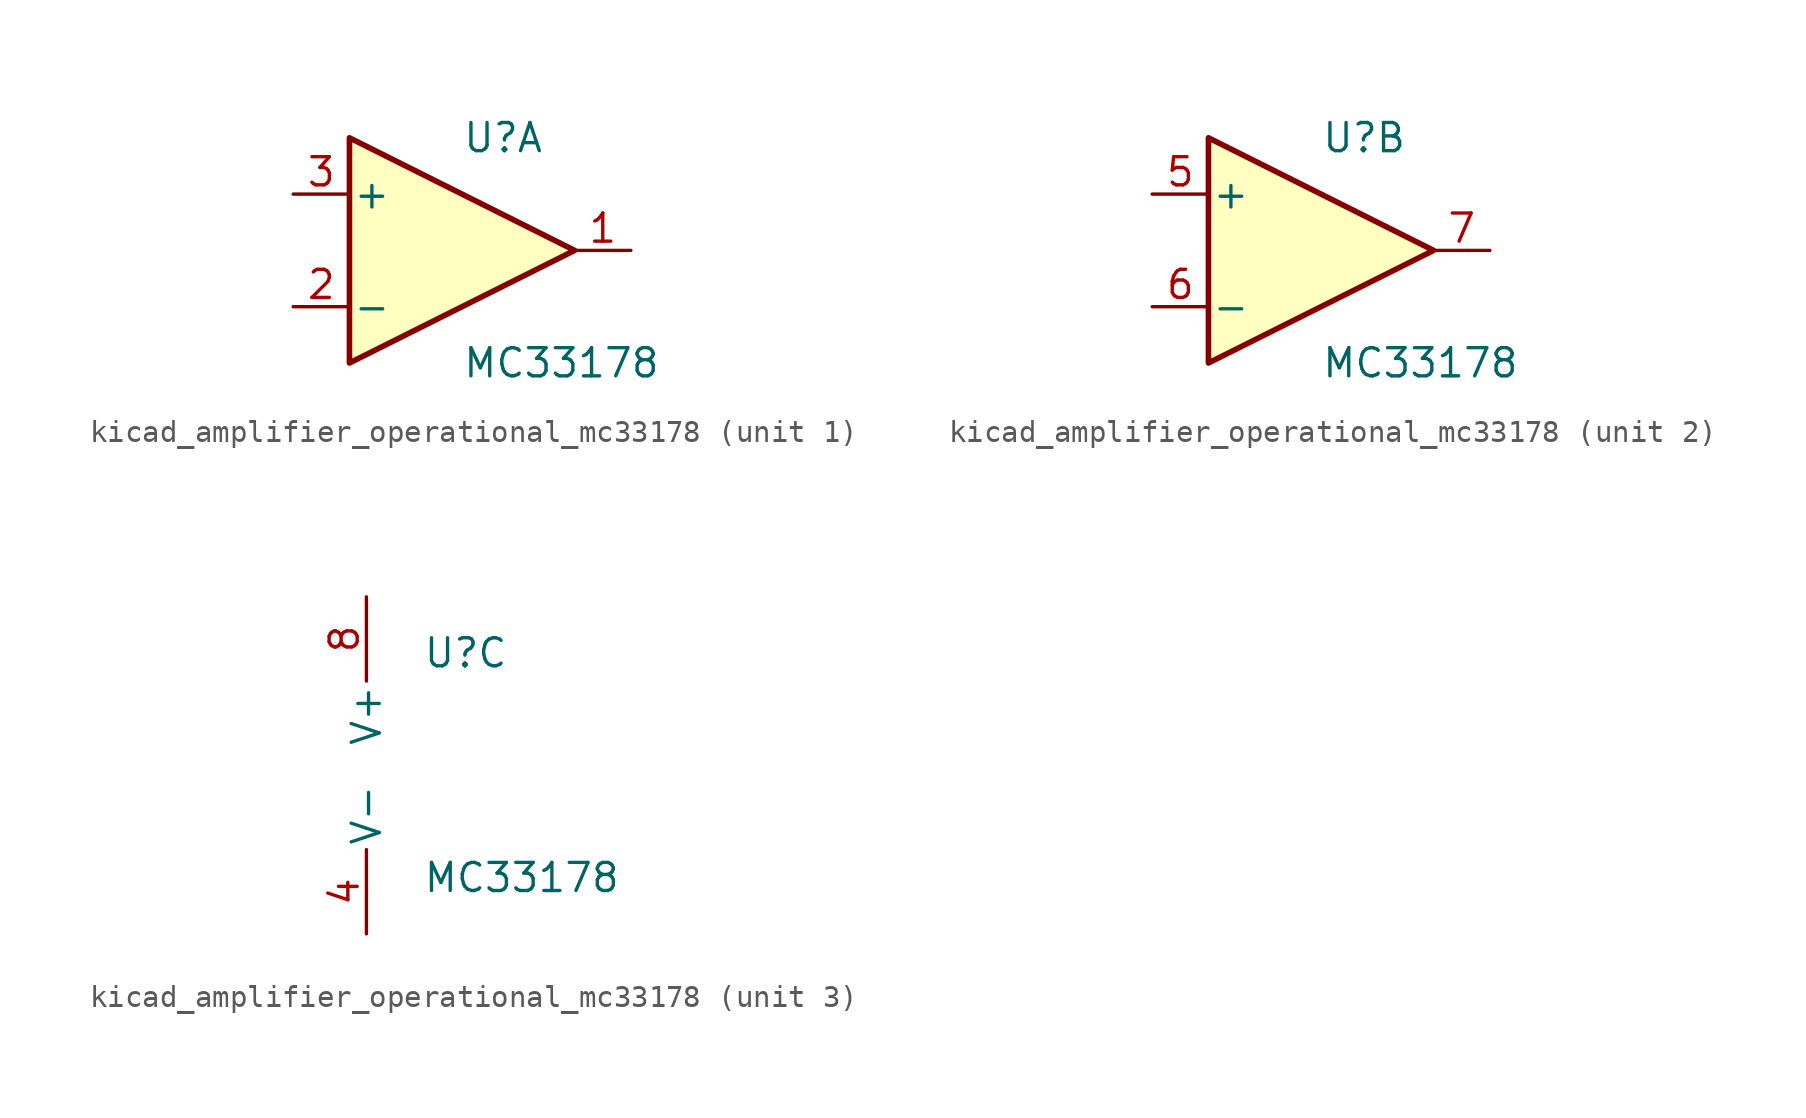
<source format=kicad_sym>
(kicad_symbol_lib
  (version 20220914)
  (generator kicad_symbol_editor)
  (symbol "kicad_amplifier_operational_mc33178"
    (pin_names
      (offset 0.127))
    (property "Reference" "U"
      (at 0 5.08 0)
      (effects (font (size 1.27 1.27)) (justify left)))
    (property "Value" "MC33178"
      (at 0 -5.08 0)
      (effects (font (size 1.27 1.27)) (justify left)))
    (property "ki_locked" ""
      (at 0 0 0)
      (effects (font (size 1.27 1.27))))
    (symbol "kicad_amplifier_operational_mc33178_1_1"
      (polyline (pts (xy -5.08 5.08) (xy 5.08 0) (xy -5.08 -5.08) (xy -5.08 5.08)) (stroke (width 0.254) (type default)) (fill (type background)))
      (pin output line (at 7.62 0 180) (length 2.54) (name "~" (effects (font (size 1.27 1.27)))) (number "1" (effects (font (size 1.27 1.27)))))
      (pin input line (at -7.62 -2.54 0) (length 2.54) (name "-" (effects (font (size 1.27 1.27)))) (number "2" (effects (font (size 1.27 1.27)))))
      (pin input line (at -7.62 2.54 0) (length 2.54) (name "+" (effects (font (size 1.27 1.27)))) (number "3" (effects (font (size 1.27 1.27))))))
    (symbol "kicad_amplifier_operational_mc33178_2_1"
      (polyline (pts (xy -5.08 5.08) (xy 5.08 0) (xy -5.08 -5.08) (xy -5.08 5.08)) (stroke (width 0.254) (type default)) (fill (type background)))
      (pin input line (at -7.62 2.54 0) (length 2.54) (name "+" (effects (font (size 1.27 1.27)))) (number "5" (effects (font (size 1.27 1.27)))))
      (pin input line (at -7.62 -2.54 0) (length 2.54) (name "-" (effects (font (size 1.27 1.27)))) (number "6" (effects (font (size 1.27 1.27)))))
      (pin output line (at 7.62 0 180) (length 2.54) (name "~" (effects (font (size 1.27 1.27)))) (number "7" (effects (font (size 1.27 1.27))))))
    (symbol "kicad_amplifier_operational_mc33178_3_1"
      (pin power_in line (at -2.54 -7.62 90) (length 3.81) (name "V-" (effects (font (size 1.27 1.27)))) (number "4" (effects (font (size 1.27 1.27)))))
      (pin power_in line (at -2.54 7.62 270) (length 3.81) (name "V+" (effects (font (size 1.27 1.27)))) (number "8" (effects (font (size 1.27 1.27))))))))
</source>
